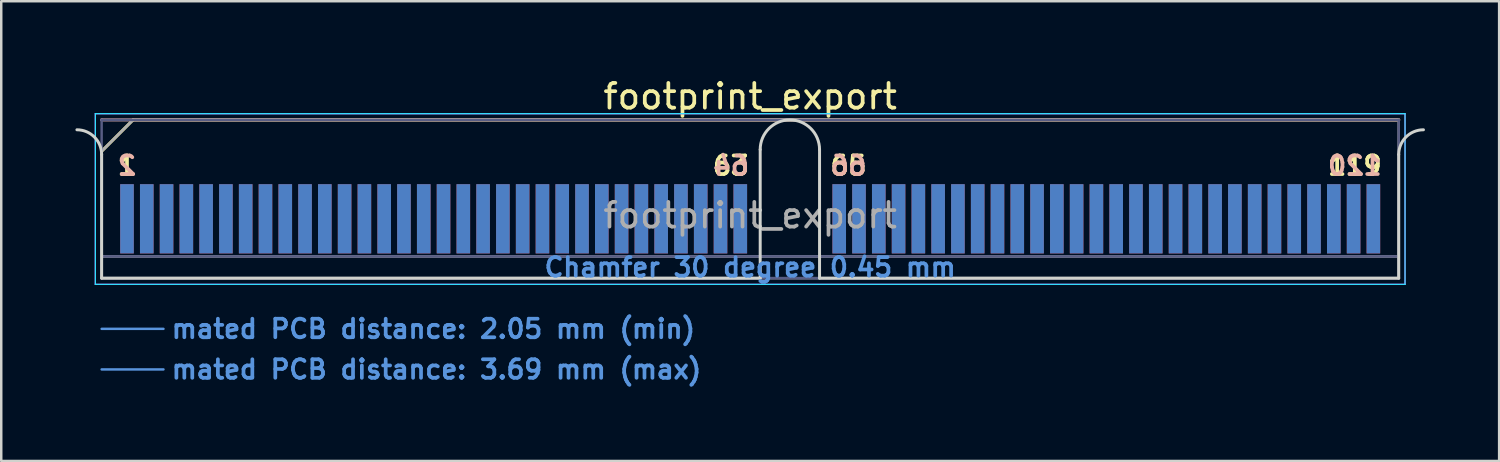
<source format=kicad_pcb>
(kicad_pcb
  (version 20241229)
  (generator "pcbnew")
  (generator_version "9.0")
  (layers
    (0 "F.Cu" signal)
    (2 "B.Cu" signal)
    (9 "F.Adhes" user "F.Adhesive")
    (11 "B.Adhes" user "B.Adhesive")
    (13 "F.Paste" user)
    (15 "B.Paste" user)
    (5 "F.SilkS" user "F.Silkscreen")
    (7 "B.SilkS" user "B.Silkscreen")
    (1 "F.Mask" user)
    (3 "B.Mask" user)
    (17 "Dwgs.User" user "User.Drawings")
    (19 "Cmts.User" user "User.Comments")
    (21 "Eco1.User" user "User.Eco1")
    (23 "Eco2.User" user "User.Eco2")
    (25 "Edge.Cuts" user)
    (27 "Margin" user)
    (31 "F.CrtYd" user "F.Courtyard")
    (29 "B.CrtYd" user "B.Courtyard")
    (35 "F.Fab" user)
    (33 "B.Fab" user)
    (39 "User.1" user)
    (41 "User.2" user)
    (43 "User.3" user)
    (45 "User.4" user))
  (footprint "footprint_export"
    (layer "F.Cu")
    (at 27.285 8.198)
    (property "Reference" "footprint_export" (at 0 -7.35 0) (layer "F.SilkS") (effects (font (size 1 1) (thickness 0.15))))
    (attr exclude_from_pos_files exclude_from_bom)
    (fp_line (start -26.225 -5.13) (end -24.955 -6.4) (stroke (width 0.12) (type solid)) (layer "F.SilkS"))
    (fp_line (start -24.955 -6.4) (end 26.225 -6.4) (stroke (width 0.12) (type solid)) (layer "F.SilkS"))
    (fp_line (start -26.225 -6.4) (end -26.225 -6.4) (stroke (width 0.12) (type solid)) (layer "B.SilkS"))
    (fp_line (start -26.225 -6.4) (end 26.225 -6.4) (stroke (width 0.12) (type solid)) (layer "B.SilkS"))
    (fp_line (start -26.225 2.05) (end -23.725 2.05) (stroke (width 0.1) (type solid)) (layer "Cmts.User"))
    (fp_line (start -26.225 3.69) (end -23.725 3.69) (stroke (width 0.1) (type solid)) (layer "Cmts.User"))
    (fp_line (start -26.225 -5) (end -26.225 0) (stroke (width 0.12) (type solid)) (layer "Edge.Cuts"))
    (fp_line (start -26.225 0) (end 0.405 0) (stroke (width 0.12) (type solid)) (layer "Edge.Cuts"))
    (fp_line (start 0.405 0) (end 0.405 -5.2) (stroke (width 0.12) (type solid)) (layer "Edge.Cuts"))
    (fp_line (start 2.805 -5.2) (end 2.805 0) (stroke (width 0.12) (type solid)) (layer "Edge.Cuts"))
    (fp_line (start 2.805 0) (end 26.225 0) (stroke (width 0.12) (type solid)) (layer "Edge.Cuts"))
    (fp_line (start 26.225 0) (end 26.225 -5) (stroke (width 0.12) (type solid)) (layer "Edge.Cuts"))
    (fp_arc (start -27.225 -6) (mid -26.517893 -5.707107) (end -26.225 -5) (stroke (width 0.12) (type solid)) (layer "Edge.Cuts"))
    (fp_arc (start 0.405 -5.2) (mid 1.605 -6.4) (end 2.805 -5.2) (stroke (width 0.12) (type solid)) (layer "Edge.Cuts"))
    (fp_arc (start 26.225 -5) (mid 26.517893 -5.707107) (end 27.225 -6) (stroke (width 0.12) (type solid)) (layer "Edge.Cuts"))
    (fp_line (start -26.48 -6.65) (end -26.48 0.25) (stroke (width 0.05) (type solid)) (layer "B.CrtYd"))
    (fp_line (start -26.48 0.25) (end 26.48 0.25) (stroke (width 0.05) (type solid)) (layer "B.CrtYd"))
    (fp_line (start 26.48 -6.65) (end -26.48 -6.65) (stroke (width 0.05) (type solid)) (layer "B.CrtYd"))
    (fp_line (start 26.48 0.25) (end 26.48 -6.65) (stroke (width 0.05) (type solid)) (layer "B.CrtYd"))
    (fp_line (start -26.48 -6.65) (end -26.48 0.25) (stroke (width 0.05) (type solid)) (layer "F.CrtYd"))
    (fp_line (start -26.48 0.25) (end 26.48 0.25) (stroke (width 0.05) (type solid)) (layer "F.CrtYd"))
    (fp_line (start 26.48 -6.65) (end -26.48 -6.65) (stroke (width 0.05) (type solid)) (layer "F.CrtYd"))
    (fp_line (start 26.48 0.25) (end 26.48 -6.65) (stroke (width 0.05) (type solid)) (layer "F.CrtYd"))
    (fp_line (start -26.225 -6.4) (end -26.225 -6.4) (stroke (width 0.1) (type solid)) (layer "B.Fab"))
    (fp_line (start -26.225 -6.4) (end -26.225 0) (stroke (width 0.1) (type solid)) (layer "B.Fab"))
    (fp_line (start -26.225 -6.4) (end 26.225 -6.4) (stroke (width 0.1) (type solid)) (layer "B.Fab"))
    (fp_line (start -26.225 -0.88) (end 26.225 -0.88) (stroke (width 0.1) (type solid)) (layer "B.Fab"))
    (fp_line (start -26.225 0) (end 26.225 0) (stroke (width 0.1) (type solid)) (layer "B.Fab"))
    (fp_line (start 26.225 -6.4) (end 26.225 0) (stroke (width 0.1) (type solid)) (layer "B.Fab"))
    (fp_line (start -26.225 -5.13) (end -26.225 0) (stroke (width 0.1) (type solid)) (layer "F.Fab"))
    (fp_line (start -26.225 -5.13) (end -24.955 -6.4) (stroke (width 0.1) (type solid)) (layer "F.Fab"))
    (fp_line (start -26.225 -0.88) (end 26.225 -0.88) (stroke (width 0.1) (type solid)) (layer "F.Fab"))
    (fp_line (start -26.225 0) (end 26.225 0) (stroke (width 0.1) (type solid)) (layer "F.Fab"))
    (fp_line (start -24.955 -6.4) (end 26.225 -6.4) (stroke (width 0.1) (type solid)) (layer "F.Fab"))
    (fp_line (start 26.225 -6.4) (end 26.225 0) (stroke (width 0.1) (type solid)) (layer "F.Fab"))
    (fp_text user "65" (at 3.975 -4.55 0) (layer "F.SilkS") (effects (font (size 0.75 0.75) (thickness 0.15))))
    (fp_text user "119" (at 24.45 -4.55 0) (layer "F.SilkS") (effects (font (size 0.75 0.75) (thickness 0.15))))
    (fp_text user "63" (at -0.775 -4.55 0) (layer "F.SilkS") (effects (font (size 0.75 0.75) (thickness 0.15))))
    (fp_text user "1" (at -25.2 -4.55 0) (layer "F.SilkS") (effects (font (size 0.75 0.75) (thickness 0.15))))
    (fp_text user "120" (at 24.45 -4.55 0) (layer "B.SilkS") (effects (font (size 0.75 0.75) (thickness 0.15)) (justify mirror)))
    (fp_text user "2" (at -25.2 -4.55 0) (layer "B.SilkS") (effects (font (size 0.75 0.75) (thickness 0.15)) (justify mirror)))
    (fp_text user "64" (at -0.775 -4.55 0) (layer "B.SilkS") (effects (font (size 0.75 0.75) (thickness 0.15)) (justify mirror)))
    (fp_text user "66" (at 3.975 -4.55 0) (layer "B.SilkS") (effects (font (size 0.75 0.75) (thickness 0.15)) (justify mirror)))
    (fp_text user "mated PCB distance: 3.69 mm (max)" (at -23.48 3.69 0) (layer "Cmts.User") (effects (font (size 0.75 0.75) (thickness 0.15)) (justify left)))
    (fp_text user "Chamfer 30 degree 0.45 mm" (at 0 -0.44 0) (layer "Cmts.User") (effects (font (size 0.75 0.75) (thickness 0.15))))
    (fp_text user "mated PCB distance: 2.05 mm (min)" (at -23.48 2.05 0) (layer "Cmts.User") (effects (font (size 0.75 0.75) (thickness 0.15)) (justify left)))
    (fp_text user "${REFERENCE}" (at 0 -2.54 0) (layer "F.Fab") (effects (font (size 1 1) (thickness 0.15))))
    (pad "1" connect rect (at -25.2 -2.4) (size 0.55 2.8) (layers "F.Cu" "F.Mask"))
    (pad "2" connect rect (at -25.2 -2.4) (size 0.55 2.8) (layers "B.Cu" "B.Mask"))
    (pad "3" connect rect (at -24.4 -2.4) (size 0.55 2.8) (layers "F.Cu" "F.Mask"))
    (pad "4" connect rect (at -24.4 -2.4) (size 0.55 2.8) (layers "B.Cu" "B.Mask"))
    (pad "5" connect rect (at -23.6 -2.4) (size 0.55 2.8) (layers "F.Cu" "F.Mask"))
    (pad "6" connect rect (at -23.6 -2.4) (size 0.55 2.8) (layers "B.Cu" "B.Mask"))
    (pad "7" connect rect (at -22.8 -2.4) (size 0.55 2.8) (layers "F.Cu" "F.Mask"))
    (pad "8" connect rect (at -22.8 -2.4) (size 0.55 2.8) (layers "B.Cu" "B.Mask"))
    (pad "9" connect rect (at -22 -2.4) (size 0.55 2.8) (layers "F.Cu" "F.Mask"))
    (pad "10" connect rect (at -22 -2.4) (size 0.55 2.8) (layers "B.Cu" "B.Mask"))
    (pad "11" connect rect (at -21.2 -2.4) (size 0.55 2.8) (layers "F.Cu" "F.Mask"))
    (pad "12" connect rect (at -21.2 -2.4) (size 0.55 2.8) (layers "B.Cu" "B.Mask"))
    (pad "13" connect rect (at -20.4 -2.4) (size 0.55 2.8) (layers "F.Cu" "F.Mask"))
    (pad "14" connect rect (at -20.4 -2.4) (size 0.55 2.8) (layers "B.Cu" "B.Mask"))
    (pad "15" connect rect (at -19.6 -2.4) (size 0.55 2.8) (layers "F.Cu" "F.Mask"))
    (pad "16" connect rect (at -19.6 -2.4) (size 0.55 2.8) (layers "B.Cu" "B.Mask"))
    (pad "17" connect rect (at -18.8 -2.4) (size 0.55 2.8) (layers "F.Cu" "F.Mask"))
    (pad "18" connect rect (at -18.8 -2.4) (size 0.55 2.8) (layers "B.Cu" "B.Mask"))
    (pad "19" connect rect (at -18 -2.4) (size 0.55 2.8) (layers "F.Cu" "F.Mask"))
    (pad "20" connect rect (at -18 -2.4) (size 0.55 2.8) (layers "B.Cu" "B.Mask"))
    (pad "21" connect rect (at -17.2 -2.4) (size 0.55 2.8) (layers "F.Cu" "F.Mask"))
    (pad "22" connect rect (at -17.2 -2.4) (size 0.55 2.8) (layers "B.Cu" "B.Mask"))
    (pad "23" connect rect (at -16.4 -2.4) (size 0.55 2.8) (layers "F.Cu" "F.Mask"))
    (pad "24" connect rect (at -16.4 -2.4) (size 0.55 2.8) (layers "B.Cu" "B.Mask"))
    (pad "25" connect rect (at -15.6 -2.4) (size 0.55 2.8) (layers "F.Cu" "F.Mask"))
    (pad "26" connect rect (at -15.6 -2.4) (size 0.55 2.8) (layers "B.Cu" "B.Mask"))
    (pad "27" connect rect (at -14.8 -2.4) (size 0.55 2.8) (layers "F.Cu" "F.Mask"))
    (pad "28" connect rect (at -14.8 -2.4) (size 0.55 2.8) (layers "B.Cu" "B.Mask"))
    (pad "29" connect rect (at -14 -2.4) (size 0.55 2.8) (layers "F.Cu" "F.Mask"))
    (pad "30" connect rect (at -14 -2.4) (size 0.55 2.8) (layers "B.Cu" "B.Mask"))
    (pad "31" connect rect (at -13.2 -2.4) (size 0.55 2.8) (layers "F.Cu" "F.Mask"))
    (pad "32" connect rect (at -13.2 -2.4) (size 0.55 2.8) (layers "B.Cu" "B.Mask"))
    (pad "33" connect rect (at -12.4 -2.4) (size 0.55 2.8) (layers "F.Cu" "F.Mask"))
    (pad "34" connect rect (at -12.4 -2.4) (size 0.55 2.8) (layers "B.Cu" "B.Mask"))
    (pad "35" connect rect (at -11.6 -2.4) (size 0.55 2.8) (layers "F.Cu" "F.Mask"))
    (pad "36" connect rect (at -11.6 -2.4) (size 0.55 2.8) (layers "B.Cu" "B.Mask"))
    (pad "37" connect rect (at -10.8 -2.4) (size 0.55 2.8) (layers "F.Cu" "F.Mask"))
    (pad "38" connect rect (at -10.8 -2.4) (size 0.55 2.8) (layers "B.Cu" "B.Mask"))
    (pad "39" connect rect (at -10 -2.4) (size 0.55 2.8) (layers "F.Cu" "F.Mask"))
    (pad "40" connect rect (at -10 -2.4) (size 0.55 2.8) (layers "B.Cu" "B.Mask"))
    (pad "41" connect rect (at -9.2 -2.4) (size 0.55 2.8) (layers "F.Cu" "F.Mask"))
    (pad "42" connect rect (at -9.2 -2.4) (size 0.55 2.8) (layers "B.Cu" "B.Mask"))
    (pad "43" connect rect (at -8.4 -2.4) (size 0.55 2.8) (layers "F.Cu" "F.Mask"))
    (pad "44" connect rect (at -8.4 -2.4) (size 0.55 2.8) (layers "B.Cu" "B.Mask"))
    (pad "45" connect rect (at -7.6 -2.4) (size 0.55 2.8) (layers "F.Cu" "F.Mask"))
    (pad "46" connect rect (at -7.6 -2.4) (size 0.55 2.8) (layers "B.Cu" "B.Mask"))
    (pad "47" connect rect (at -6.8 -2.4) (size 0.55 2.8) (layers "F.Cu" "F.Mask"))
    (pad "48" connect rect (at -6.8 -2.4) (size 0.55 2.8) (layers "B.Cu" "B.Mask"))
    (pad "49" connect rect (at -6 -2.4) (size 0.55 2.8) (layers "F.Cu" "F.Mask"))
    (pad "50" connect rect (at -6 -2.4) (size 0.55 2.8) (layers "B.Cu" "B.Mask"))
    (pad "51" connect rect (at -5.2 -2.4) (size 0.55 2.8) (layers "F.Cu" "F.Mask"))
    (pad "52" connect rect (at -5.2 -2.4) (size 0.55 2.8) (layers "B.Cu" "B.Mask"))
    (pad "53" connect rect (at -4.4 -2.4) (size 0.55 2.8) (layers "F.Cu" "F.Mask"))
    (pad "54" connect rect (at -4.4 -2.4) (size 0.55 2.8) (layers "B.Cu" "B.Mask"))
    (pad "55" connect rect (at -3.6 -2.4) (size 0.55 2.8) (layers "F.Cu" "F.Mask"))
    (pad "56" connect rect (at -3.6 -2.4) (size 0.55 2.8) (layers "B.Cu" "B.Mask"))
    (pad "57" connect rect (at -2.8 -2.4) (size 0.55 2.8) (layers "F.Cu" "F.Mask"))
    (pad "58" connect rect (at -2.8 -2.4) (size 0.55 2.8) (layers "B.Cu" "B.Mask"))
    (pad "59" connect rect (at -2 -2.4) (size 0.55 2.8) (layers "F.Cu" "F.Mask"))
    (pad "60" connect rect (at -2 -2.4) (size 0.55 2.8) (layers "B.Cu" "B.Mask"))
    (pad "61" connect rect (at -1.2 -2.4) (size 0.55 2.8) (layers "F.Cu" "F.Mask"))
    (pad "62" connect rect (at -1.2 -2.4) (size 0.55 2.8) (layers "B.Cu" "B.Mask"))
    (pad "63" connect rect (at -0.4 -2.4) (size 0.55 2.8) (layers "F.Cu" "F.Mask"))
    (pad "64" connect rect (at -0.4 -2.4) (size 0.55 2.8) (layers "B.Cu" "B.Mask"))
    (pad "65" connect rect (at 3.6 -2.4) (size 0.55 2.8) (layers "F.Cu" "F.Mask"))
    (pad "66" connect rect (at 3.6 -2.4) (size 0.55 2.8) (layers "B.Cu" "B.Mask"))
    (pad "67" connect rect (at 4.4 -2.4) (size 0.55 2.8) (layers "F.Cu" "F.Mask"))
    (pad "68" connect rect (at 4.4 -2.4) (size 0.55 2.8) (layers "B.Cu" "B.Mask"))
    (pad "69" connect rect (at 5.2 -2.4) (size 0.55 2.8) (layers "F.Cu" "F.Mask"))
    (pad "70" connect rect (at 5.2 -2.4) (size 0.55 2.8) (layers "B.Cu" "B.Mask"))
    (pad "71" connect rect (at 6 -2.4) (size 0.55 2.8) (layers "F.Cu" "F.Mask"))
    (pad "72" connect rect (at 6 -2.4) (size 0.55 2.8) (layers "B.Cu" "B.Mask"))
    (pad "73" connect rect (at 6.8 -2.4) (size 0.55 2.8) (layers "F.Cu" "F.Mask"))
    (pad "74" connect rect (at 6.8 -2.4) (size 0.55 2.8) (layers "B.Cu" "B.Mask"))
    (pad "75" connect rect (at 7.6 -2.4) (size 0.55 2.8) (layers "F.Cu" "F.Mask"))
    (pad "76" connect rect (at 7.6 -2.4) (size 0.55 2.8) (layers "B.Cu" "B.Mask"))
    (pad "77" connect rect (at 8.4 -2.4) (size 0.55 2.8) (layers "F.Cu" "F.Mask"))
    (pad "78" connect rect (at 8.4 -2.4) (size 0.55 2.8) (layers "B.Cu" "B.Mask"))
    (pad "79" connect rect (at 9.2 -2.4) (size 0.55 2.8) (layers "F.Cu" "F.Mask"))
    (pad "80" connect rect (at 9.2 -2.4) (size 0.55 2.8) (layers "B.Cu" "B.Mask"))
    (pad "81" connect rect (at 10 -2.4) (size 0.55 2.8) (layers "F.Cu" "F.Mask"))
    (pad "82" connect rect (at 10 -2.4) (size 0.55 2.8) (layers "B.Cu" "B.Mask"))
    (pad "83" connect rect (at 10.8 -2.4) (size 0.55 2.8) (layers "F.Cu" "F.Mask"))
    (pad "84" connect rect (at 10.8 -2.4) (size 0.55 2.8) (layers "B.Cu" "B.Mask"))
    (pad "85" connect rect (at 11.6 -2.4) (size 0.55 2.8) (layers "F.Cu" "F.Mask"))
    (pad "86" connect rect (at 11.6 -2.4) (size 0.55 2.8) (layers "B.Cu" "B.Mask"))
    (pad "87" connect rect (at 12.4 -2.4) (size 0.55 2.8) (layers "F.Cu" "F.Mask"))
    (pad "88" connect rect (at 12.4 -2.4) (size 0.55 2.8) (layers "B.Cu" "B.Mask"))
    (pad "89" connect rect (at 13.2 -2.4) (size 0.55 2.8) (layers "F.Cu" "F.Mask"))
    (pad "90" connect rect (at 13.2 -2.4) (size 0.55 2.8) (layers "B.Cu" "B.Mask"))
    (pad "91" connect rect (at 14 -2.4) (size 0.55 2.8) (layers "F.Cu" "F.Mask"))
    (pad "92" connect rect (at 14 -2.4) (size 0.55 2.8) (layers "B.Cu" "B.Mask"))
    (pad "93" connect rect (at 14.8 -2.4) (size 0.55 2.8) (layers "F.Cu" "F.Mask"))
    (pad "94" connect rect (at 14.8 -2.4) (size 0.55 2.8) (layers "B.Cu" "B.Mask"))
    (pad "95" connect rect (at 15.6 -2.4) (size 0.55 2.8) (layers "F.Cu" "F.Mask"))
    (pad "96" connect rect (at 15.6 -2.4) (size 0.55 2.8) (layers "B.Cu" "B.Mask"))
    (pad "97" connect rect (at 16.4 -2.4) (size 0.55 2.8) (layers "F.Cu" "F.Mask"))
    (pad "98" connect rect (at 16.4 -2.4) (size 0.55 2.8) (layers "B.Cu" "B.Mask"))
    (pad "99" connect rect (at 17.2 -2.4) (size 0.55 2.8) (layers "F.Cu" "F.Mask"))
    (pad "100" connect rect (at 17.2 -2.4) (size 0.55 2.8) (layers "B.Cu" "B.Mask"))
    (pad "101" connect rect (at 18 -2.4) (size 0.55 2.8) (layers "F.Cu" "F.Mask"))
    (pad "102" connect rect (at 18 -2.4) (size 0.55 2.8) (layers "B.Cu" "B.Mask"))
    (pad "103" connect rect (at 18.8 -2.4) (size 0.55 2.8) (layers "F.Cu" "F.Mask"))
    (pad "104" connect rect (at 18.8 -2.4) (size 0.55 2.8) (layers "B.Cu" "B.Mask"))
    (pad "105" connect rect (at 19.6 -2.4) (size 0.55 2.8) (layers "F.Cu" "F.Mask"))
    (pad "106" connect rect (at 19.6 -2.4) (size 0.55 2.8) (layers "B.Cu" "B.Mask"))
    (pad "107" connect rect (at 20.4 -2.4) (size 0.55 2.8) (layers "F.Cu" "F.Mask"))
    (pad "108" connect rect (at 20.4 -2.4) (size 0.55 2.8) (layers "B.Cu" "B.Mask"))
    (pad "109" connect rect (at 21.2 -2.4) (size 0.55 2.8) (layers "F.Cu" "F.Mask"))
    (pad "110" connect rect (at 21.2 -2.4) (size 0.55 2.8) (layers "B.Cu" "B.Mask"))
    (pad "111" connect rect (at 22 -2.4) (size 0.55 2.8) (layers "F.Cu" "F.Mask"))
    (pad "112" connect rect (at 22 -2.4) (size 0.55 2.8) (layers "B.Cu" "B.Mask"))
    (pad "113" connect rect (at 22.8 -2.4) (size 0.55 2.8) (layers "F.Cu" "F.Mask"))
    (pad "114" connect rect (at 22.8 -2.4) (size 0.55 2.8) (layers "B.Cu" "B.Mask"))
    (pad "115" connect rect (at 23.6 -2.4) (size 0.55 2.8) (layers "F.Cu" "F.Mask"))
    (pad "116" connect rect (at 23.6 -2.4) (size 0.55 2.8) (layers "B.Cu" "B.Mask"))
    (pad "117" connect rect (at 24.4 -2.4) (size 0.55 2.8) (layers "F.Cu" "F.Mask"))
    (pad "118" connect rect (at 24.4 -2.4) (size 0.55 2.8) (layers "B.Cu" "B.Mask"))
    (pad "119" connect rect (at 25.2 -2.4) (size 0.55 2.8) (layers "F.Cu" "F.Mask"))
    (pad "120" connect rect (at 25.2 -2.4) (size 0.55 2.8) (layers "B.Cu" "B.Mask")))
  (gr_rect
    (start -3 -3)
    (end 57.57 15.59)
    (stroke (width 0.1) (type default))
    (fill no)
    (layer "Edge.Cuts")))
</source>
